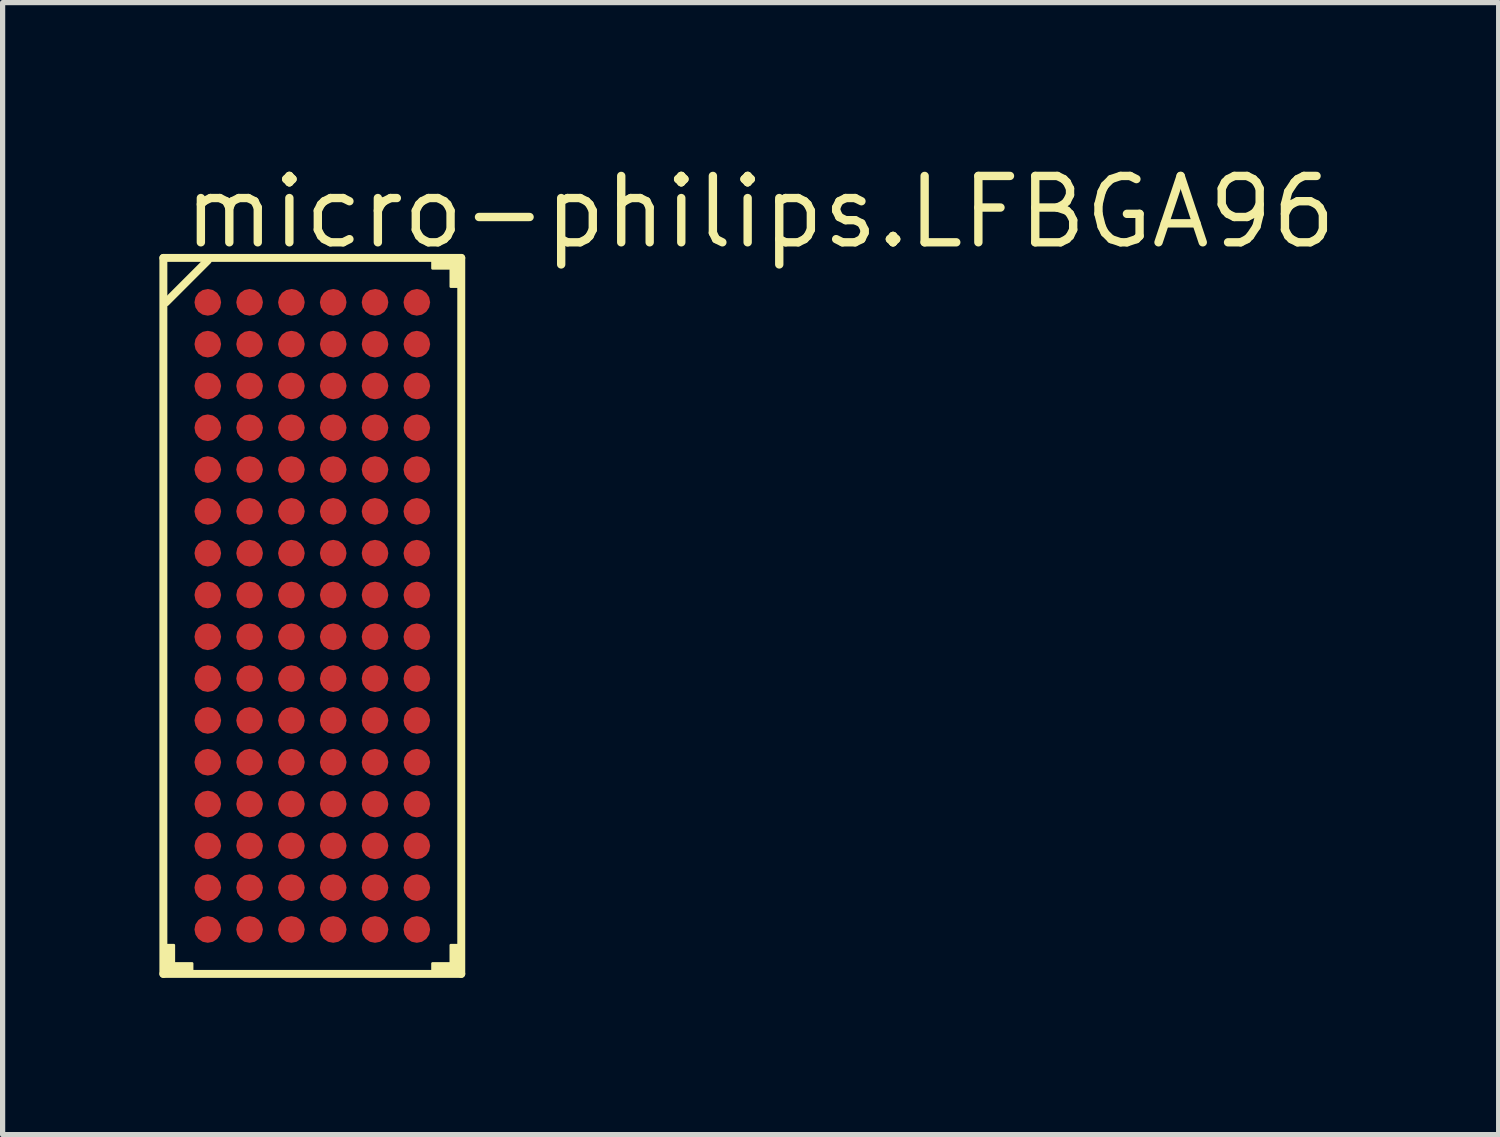
<source format=kicad_pcb>
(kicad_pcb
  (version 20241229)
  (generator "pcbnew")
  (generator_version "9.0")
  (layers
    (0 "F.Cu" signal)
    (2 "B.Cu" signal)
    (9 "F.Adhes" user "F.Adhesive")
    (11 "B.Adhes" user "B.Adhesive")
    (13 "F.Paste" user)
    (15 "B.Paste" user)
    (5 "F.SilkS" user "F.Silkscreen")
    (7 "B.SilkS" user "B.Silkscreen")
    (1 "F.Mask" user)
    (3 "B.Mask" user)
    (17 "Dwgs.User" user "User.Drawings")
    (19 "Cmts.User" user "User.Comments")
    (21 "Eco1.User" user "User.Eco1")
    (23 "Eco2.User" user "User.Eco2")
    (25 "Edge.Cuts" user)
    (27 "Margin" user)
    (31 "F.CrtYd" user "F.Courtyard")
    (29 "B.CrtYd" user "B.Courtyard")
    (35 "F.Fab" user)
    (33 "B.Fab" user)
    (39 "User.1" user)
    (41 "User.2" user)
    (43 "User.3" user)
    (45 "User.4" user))
  (footprint "micro-philips.LFBGA96"
    (layer "F.Cu")
    (at 2.926 8.735)
    (property "Reference" "micro-philips.LFBGA96" (at -2.54 -6.985 0) (layer "F.SilkS") (effects (font (size 1.27 1.27) (thickness 0.16)) (justify left bottom)))
    (attr smd)
    (fp_line (start -2.85 -6.85) (end 2.85 -6.85) (stroke (width 0.152) (type default)) (layer "F.SilkS"))
    (fp_line (start -2.85 6.85) (end -2.85 -6.85) (stroke (width 0.152) (type default)) (layer "F.SilkS"))
    (fp_line (start -2 -6.8) (end -2.8 -6) (stroke (width 0.152) (type default)) (layer "F.SilkS"))
    (fp_line (start 2.85 -6.85) (end 2.85 6.85) (stroke (width 0.152) (type default)) (layer "F.SilkS"))
    (fp_line (start 2.85 6.85) (end -2.85 6.85) (stroke (width 0.152) (type default)) (layer "F.SilkS"))
    (fp_rect (start -2.8 6.8) (end -2.65 6.3) (stroke (width 0.05) (type default)) (fill yes) (layer "F.SilkS"))
    (fp_rect (start -2.8 6.8) (end -2.3 6.65) (stroke (width 0.05) (type default)) (fill yes) (layer "F.SilkS"))
    (fp_rect (start 2.3 -6.65) (end 2.8 -6.8) (stroke (width 0.05) (type default)) (fill yes) (layer "F.SilkS"))
    (fp_rect (start 2.3 6.8) (end 2.8 6.65) (stroke (width 0.05) (type default)) (fill yes) (layer "F.SilkS"))
    (fp_rect (start 2.65 -6.3) (end 2.8 -6.8) (stroke (width 0.05) (type default)) (fill yes) (layer "F.SilkS"))
    (fp_rect (start 2.65 6.8) (end 2.8 6.3) (stroke (width 0.05) (type default)) (fill yes) (layer "F.SilkS"))
    (pad "A1" smd roundrect (at -2 -6) (size 0.51 0.51) (layers "F.Cu" "F.Mask" "F.Paste") (roundrect_rratio 0.5))
    (pad "A2" smd roundrect (at -1.2 -6) (size 0.51 0.51) (layers "F.Cu" "F.Mask" "F.Paste") (roundrect_rratio 0.5))
    (pad "A3" smd roundrect (at -0.4 -6) (size 0.51 0.51) (layers "F.Cu" "F.Mask" "F.Paste") (roundrect_rratio 0.5))
    (pad "A4" smd roundrect (at 0.4 -6) (size 0.51 0.51) (layers "F.Cu" "F.Mask" "F.Paste") (roundrect_rratio 0.5))
    (pad "A5" smd roundrect (at 1.2 -6) (size 0.51 0.51) (layers "F.Cu" "F.Mask" "F.Paste") (roundrect_rratio 0.5))
    (pad "A6" smd roundrect (at 2 -6) (size 0.51 0.51) (layers "F.Cu" "F.Mask" "F.Paste") (roundrect_rratio 0.5))
    (pad "B1" smd roundrect (at -2 -5.2) (size 0.51 0.51) (layers "F.Cu" "F.Mask" "F.Paste") (roundrect_rratio 0.5))
    (pad "B2" smd roundrect (at -1.2 -5.2) (size 0.51 0.51) (layers "F.Cu" "F.Mask" "F.Paste") (roundrect_rratio 0.5))
    (pad "B3" smd roundrect (at -0.4 -5.2) (size 0.51 0.51) (layers "F.Cu" "F.Mask" "F.Paste") (roundrect_rratio 0.5))
    (pad "B4" smd roundrect (at 0.4 -5.2) (size 0.51 0.51) (layers "F.Cu" "F.Mask" "F.Paste") (roundrect_rratio 0.5))
    (pad "B5" smd roundrect (at 1.2 -5.2) (size 0.51 0.51) (layers "F.Cu" "F.Mask" "F.Paste") (roundrect_rratio 0.5))
    (pad "B6" smd roundrect (at 2 -5.2) (size 0.51 0.51) (layers "F.Cu" "F.Mask" "F.Paste") (roundrect_rratio 0.5))
    (pad "C1" smd roundrect (at -2 -4.4) (size 0.51 0.51) (layers "F.Cu" "F.Mask" "F.Paste") (roundrect_rratio 0.5))
    (pad "C2" smd roundrect (at -1.2 -4.4) (size 0.51 0.51) (layers "F.Cu" "F.Mask" "F.Paste") (roundrect_rratio 0.5))
    (pad "C3" smd roundrect (at -0.4 -4.4) (size 0.51 0.51) (layers "F.Cu" "F.Mask" "F.Paste") (roundrect_rratio 0.5))
    (pad "C4" smd roundrect (at 0.4 -4.4) (size 0.51 0.51) (layers "F.Cu" "F.Mask" "F.Paste") (roundrect_rratio 0.5))
    (pad "C5" smd roundrect (at 1.2 -4.4) (size 0.51 0.51) (layers "F.Cu" "F.Mask" "F.Paste") (roundrect_rratio 0.5))
    (pad "C6" smd roundrect (at 2 -4.4) (size 0.51 0.51) (layers "F.Cu" "F.Mask" "F.Paste") (roundrect_rratio 0.5))
    (pad "D1" smd roundrect (at -2 -3.6) (size 0.51 0.51) (layers "F.Cu" "F.Mask" "F.Paste") (roundrect_rratio 0.5))
    (pad "D2" smd roundrect (at -1.2 -3.6) (size 0.51 0.51) (layers "F.Cu" "F.Mask" "F.Paste") (roundrect_rratio 0.5))
    (pad "D3" smd roundrect (at -0.4 -3.6) (size 0.51 0.51) (layers "F.Cu" "F.Mask" "F.Paste") (roundrect_rratio 0.5))
    (pad "D4" smd roundrect (at 0.4 -3.6) (size 0.51 0.51) (layers "F.Cu" "F.Mask" "F.Paste") (roundrect_rratio 0.5))
    (pad "D5" smd roundrect (at 1.2 -3.6) (size 0.51 0.51) (layers "F.Cu" "F.Mask" "F.Paste") (roundrect_rratio 0.5))
    (pad "D6" smd roundrect (at 2 -3.6) (size 0.51 0.51) (layers "F.Cu" "F.Mask" "F.Paste") (roundrect_rratio 0.5))
    (pad "E1" smd roundrect (at -2 -2.8) (size 0.51 0.51) (layers "F.Cu" "F.Mask" "F.Paste") (roundrect_rratio 0.5))
    (pad "E2" smd roundrect (at -1.2 -2.8) (size 0.51 0.51) (layers "F.Cu" "F.Mask" "F.Paste") (roundrect_rratio 0.5))
    (pad "E3" smd roundrect (at -0.4 -2.8) (size 0.51 0.51) (layers "F.Cu" "F.Mask" "F.Paste") (roundrect_rratio 0.5))
    (pad "E4" smd roundrect (at 0.4 -2.8) (size 0.51 0.51) (layers "F.Cu" "F.Mask" "F.Paste") (roundrect_rratio 0.5))
    (pad "E5" smd roundrect (at 1.2 -2.8) (size 0.51 0.51) (layers "F.Cu" "F.Mask" "F.Paste") (roundrect_rratio 0.5))
    (pad "E6" smd roundrect (at 2 -2.8) (size 0.51 0.51) (layers "F.Cu" "F.Mask" "F.Paste") (roundrect_rratio 0.5))
    (pad "F1" smd roundrect (at -2 -2) (size 0.51 0.51) (layers "F.Cu" "F.Mask" "F.Paste") (roundrect_rratio 0.5))
    (pad "F2" smd roundrect (at -1.2 -2) (size 0.51 0.51) (layers "F.Cu" "F.Mask" "F.Paste") (roundrect_rratio 0.5))
    (pad "F3" smd roundrect (at -0.4 -2) (size 0.51 0.51) (layers "F.Cu" "F.Mask" "F.Paste") (roundrect_rratio 0.5))
    (pad "F4" smd roundrect (at 0.4 -2) (size 0.51 0.51) (layers "F.Cu" "F.Mask" "F.Paste") (roundrect_rratio 0.5))
    (pad "F5" smd roundrect (at 1.2 -2) (size 0.51 0.51) (layers "F.Cu" "F.Mask" "F.Paste") (roundrect_rratio 0.5))
    (pad "F6" smd roundrect (at 2 -2) (size 0.51 0.51) (layers "F.Cu" "F.Mask" "F.Paste") (roundrect_rratio 0.5))
    (pad "G1" smd roundrect (at -2 -1.2) (size 0.51 0.51) (layers "F.Cu" "F.Mask" "F.Paste") (roundrect_rratio 0.5))
    (pad "G2" smd roundrect (at -1.2 -1.2) (size 0.51 0.51) (layers "F.Cu" "F.Mask" "F.Paste") (roundrect_rratio 0.5))
    (pad "G3" smd roundrect (at -0.4 -1.2) (size 0.51 0.51) (layers "F.Cu" "F.Mask" "F.Paste") (roundrect_rratio 0.5))
    (pad "G4" smd roundrect (at 0.4 -1.2) (size 0.51 0.51) (layers "F.Cu" "F.Mask" "F.Paste") (roundrect_rratio 0.5))
    (pad "G5" smd roundrect (at 1.2 -1.2) (size 0.51 0.51) (layers "F.Cu" "F.Mask" "F.Paste") (roundrect_rratio 0.5))
    (pad "G6" smd roundrect (at 2 -1.2) (size 0.51 0.51) (layers "F.Cu" "F.Mask" "F.Paste") (roundrect_rratio 0.5))
    (pad "H1" smd roundrect (at -2 -0.4) (size 0.51 0.51) (layers "F.Cu" "F.Mask" "F.Paste") (roundrect_rratio 0.5))
    (pad "H2" smd roundrect (at -1.2 -0.4) (size 0.51 0.51) (layers "F.Cu" "F.Mask" "F.Paste") (roundrect_rratio 0.5))
    (pad "H3" smd roundrect (at -0.4 -0.4) (size 0.51 0.51) (layers "F.Cu" "F.Mask" "F.Paste") (roundrect_rratio 0.5))
    (pad "H4" smd roundrect (at 0.4 -0.4) (size 0.51 0.51) (layers "F.Cu" "F.Mask" "F.Paste") (roundrect_rratio 0.5))
    (pad "H5" smd roundrect (at 1.2 -0.4) (size 0.51 0.51) (layers "F.Cu" "F.Mask" "F.Paste") (roundrect_rratio 0.5))
    (pad "H6" smd roundrect (at 2 -0.4) (size 0.51 0.51) (layers "F.Cu" "F.Mask" "F.Paste") (roundrect_rratio 0.5))
    (pad "J1" smd roundrect (at -2 0.4) (size 0.51 0.51) (layers "F.Cu" "F.Mask" "F.Paste") (roundrect_rratio 0.5))
    (pad "J2" smd roundrect (at -1.2 0.4) (size 0.51 0.51) (layers "F.Cu" "F.Mask" "F.Paste") (roundrect_rratio 0.5))
    (pad "J3" smd roundrect (at -0.4 0.4) (size 0.51 0.51) (layers "F.Cu" "F.Mask" "F.Paste") (roundrect_rratio 0.5))
    (pad "J4" smd roundrect (at 0.4 0.4) (size 0.51 0.51) (layers "F.Cu" "F.Mask" "F.Paste") (roundrect_rratio 0.5))
    (pad "J5" smd roundrect (at 1.2 0.4) (size 0.51 0.51) (layers "F.Cu" "F.Mask" "F.Paste") (roundrect_rratio 0.5))
    (pad "J6" smd roundrect (at 2 0.4) (size 0.51 0.51) (layers "F.Cu" "F.Mask" "F.Paste") (roundrect_rratio 0.5))
    (pad "K1" smd roundrect (at -2 1.2) (size 0.51 0.51) (layers "F.Cu" "F.Mask" "F.Paste") (roundrect_rratio 0.5))
    (pad "K2" smd roundrect (at -1.2 1.2) (size 0.51 0.51) (layers "F.Cu" "F.Mask" "F.Paste") (roundrect_rratio 0.5))
    (pad "K3" smd roundrect (at -0.4 1.2) (size 0.51 0.51) (layers "F.Cu" "F.Mask" "F.Paste") (roundrect_rratio 0.5))
    (pad "K4" smd roundrect (at 0.4 1.2) (size 0.51 0.51) (layers "F.Cu" "F.Mask" "F.Paste") (roundrect_rratio 0.5))
    (pad "K5" smd roundrect (at 1.2 1.2) (size 0.51 0.51) (layers "F.Cu" "F.Mask" "F.Paste") (roundrect_rratio 0.5))
    (pad "K6" smd roundrect (at 2 1.2) (size 0.51 0.51) (layers "F.Cu" "F.Mask" "F.Paste") (roundrect_rratio 0.5))
    (pad "L1" smd roundrect (at -2 2) (size 0.51 0.51) (layers "F.Cu" "F.Mask" "F.Paste") (roundrect_rratio 0.5))
    (pad "L2" smd roundrect (at -1.2 2) (size 0.51 0.51) (layers "F.Cu" "F.Mask" "F.Paste") (roundrect_rratio 0.5))
    (pad "L3" smd roundrect (at -0.4 2) (size 0.51 0.51) (layers "F.Cu" "F.Mask" "F.Paste") (roundrect_rratio 0.5))
    (pad "L4" smd roundrect (at 0.4 2) (size 0.51 0.51) (layers "F.Cu" "F.Mask" "F.Paste") (roundrect_rratio 0.5))
    (pad "L5" smd roundrect (at 1.2 2) (size 0.51 0.51) (layers "F.Cu" "F.Mask" "F.Paste") (roundrect_rratio 0.5))
    (pad "L6" smd roundrect (at 2 2) (size 0.51 0.51) (layers "F.Cu" "F.Mask" "F.Paste") (roundrect_rratio 0.5))
    (pad "M1" smd roundrect (at -2 2.8) (size 0.51 0.51) (layers "F.Cu" "F.Mask" "F.Paste") (roundrect_rratio 0.5))
    (pad "M2" smd roundrect (at -1.2 2.8) (size 0.51 0.51) (layers "F.Cu" "F.Mask" "F.Paste") (roundrect_rratio 0.5))
    (pad "M3" smd roundrect (at -0.4 2.8) (size 0.51 0.51) (layers "F.Cu" "F.Mask" "F.Paste") (roundrect_rratio 0.5))
    (pad "M4" smd roundrect (at 0.4 2.8) (size 0.51 0.51) (layers "F.Cu" "F.Mask" "F.Paste") (roundrect_rratio 0.5))
    (pad "M5" smd roundrect (at 1.2 2.8) (size 0.51 0.51) (layers "F.Cu" "F.Mask" "F.Paste") (roundrect_rratio 0.5))
    (pad "M6" smd roundrect (at 2 2.8) (size 0.51 0.51) (layers "F.Cu" "F.Mask" "F.Paste") (roundrect_rratio 0.5))
    (pad "N1" smd roundrect (at -2 3.6) (size 0.51 0.51) (layers "F.Cu" "F.Mask" "F.Paste") (roundrect_rratio 0.5))
    (pad "N2" smd roundrect (at -1.2 3.6) (size 0.51 0.51) (layers "F.Cu" "F.Mask" "F.Paste") (roundrect_rratio 0.5))
    (pad "N3" smd roundrect (at -0.4 3.6) (size 0.51 0.51) (layers "F.Cu" "F.Mask" "F.Paste") (roundrect_rratio 0.5))
    (pad "N4" smd roundrect (at 0.4 3.6) (size 0.51 0.51) (layers "F.Cu" "F.Mask" "F.Paste") (roundrect_rratio 0.5))
    (pad "N5" smd roundrect (at 1.2 3.6) (size 0.51 0.51) (layers "F.Cu" "F.Mask" "F.Paste") (roundrect_rratio 0.5))
    (pad "N6" smd roundrect (at 2 3.6) (size 0.51 0.51) (layers "F.Cu" "F.Mask" "F.Paste") (roundrect_rratio 0.5))
    (pad "P1" smd roundrect (at -2 4.4) (size 0.51 0.51) (layers "F.Cu" "F.Mask" "F.Paste") (roundrect_rratio 0.5))
    (pad "P2" smd roundrect (at -1.2 4.4) (size 0.51 0.51) (layers "F.Cu" "F.Mask" "F.Paste") (roundrect_rratio 0.5))
    (pad "P3" smd roundrect (at -0.4 4.4) (size 0.51 0.51) (layers "F.Cu" "F.Mask" "F.Paste") (roundrect_rratio 0.5))
    (pad "P4" smd roundrect (at 0.4 4.4) (size 0.51 0.51) (layers "F.Cu" "F.Mask" "F.Paste") (roundrect_rratio 0.5))
    (pad "P5" smd roundrect (at 1.2 4.4) (size 0.51 0.51) (layers "F.Cu" "F.Mask" "F.Paste") (roundrect_rratio 0.5))
    (pad "P6" smd roundrect (at 2 4.4) (size 0.51 0.51) (layers "F.Cu" "F.Mask" "F.Paste") (roundrect_rratio 0.5))
    (pad "R1" smd roundrect (at -2 5.2) (size 0.51 0.51) (layers "F.Cu" "F.Mask" "F.Paste") (roundrect_rratio 0.5))
    (pad "R2" smd roundrect (at -1.2 5.2) (size 0.51 0.51) (layers "F.Cu" "F.Mask" "F.Paste") (roundrect_rratio 0.5))
    (pad "R3" smd roundrect (at -0.4 5.2) (size 0.51 0.51) (layers "F.Cu" "F.Mask" "F.Paste") (roundrect_rratio 0.5))
    (pad "R4" smd roundrect (at 0.4 5.2) (size 0.51 0.51) (layers "F.Cu" "F.Mask" "F.Paste") (roundrect_rratio 0.5))
    (pad "R5" smd roundrect (at 1.2 5.2) (size 0.51 0.51) (layers "F.Cu" "F.Mask" "F.Paste") (roundrect_rratio 0.5))
    (pad "R6" smd roundrect (at 2 5.2) (size 0.51 0.51) (layers "F.Cu" "F.Mask" "F.Paste") (roundrect_rratio 0.5))
    (pad "T1" smd roundrect (at -2 6) (size 0.51 0.51) (layers "F.Cu" "F.Mask" "F.Paste") (roundrect_rratio 0.5))
    (pad "T2" smd roundrect (at -1.2 6) (size 0.51 0.51) (layers "F.Cu" "F.Mask" "F.Paste") (roundrect_rratio 0.5))
    (pad "T3" smd roundrect (at -0.4 6) (size 0.51 0.51) (layers "F.Cu" "F.Mask" "F.Paste") (roundrect_rratio 0.5))
    (pad "T4" smd roundrect (at 0.4 6) (size 0.51 0.51) (layers "F.Cu" "F.Mask" "F.Paste") (roundrect_rratio 0.5))
    (pad "T5" smd roundrect (at 1.2 6) (size 0.51 0.51) (layers "F.Cu" "F.Mask" "F.Paste") (roundrect_rratio 0.5))
    (pad "T6" smd roundrect (at 2 6) (size 0.51 0.51) (layers "F.Cu" "F.Mask" "F.Paste") (roundrect_rratio 0.5)))
  (gr_rect
    (start -3 -3)
    (end 25.626 18.661)
    (stroke (width 0.1) (type default))
    (fill no)
    (layer "Edge.Cuts")))
</source>
